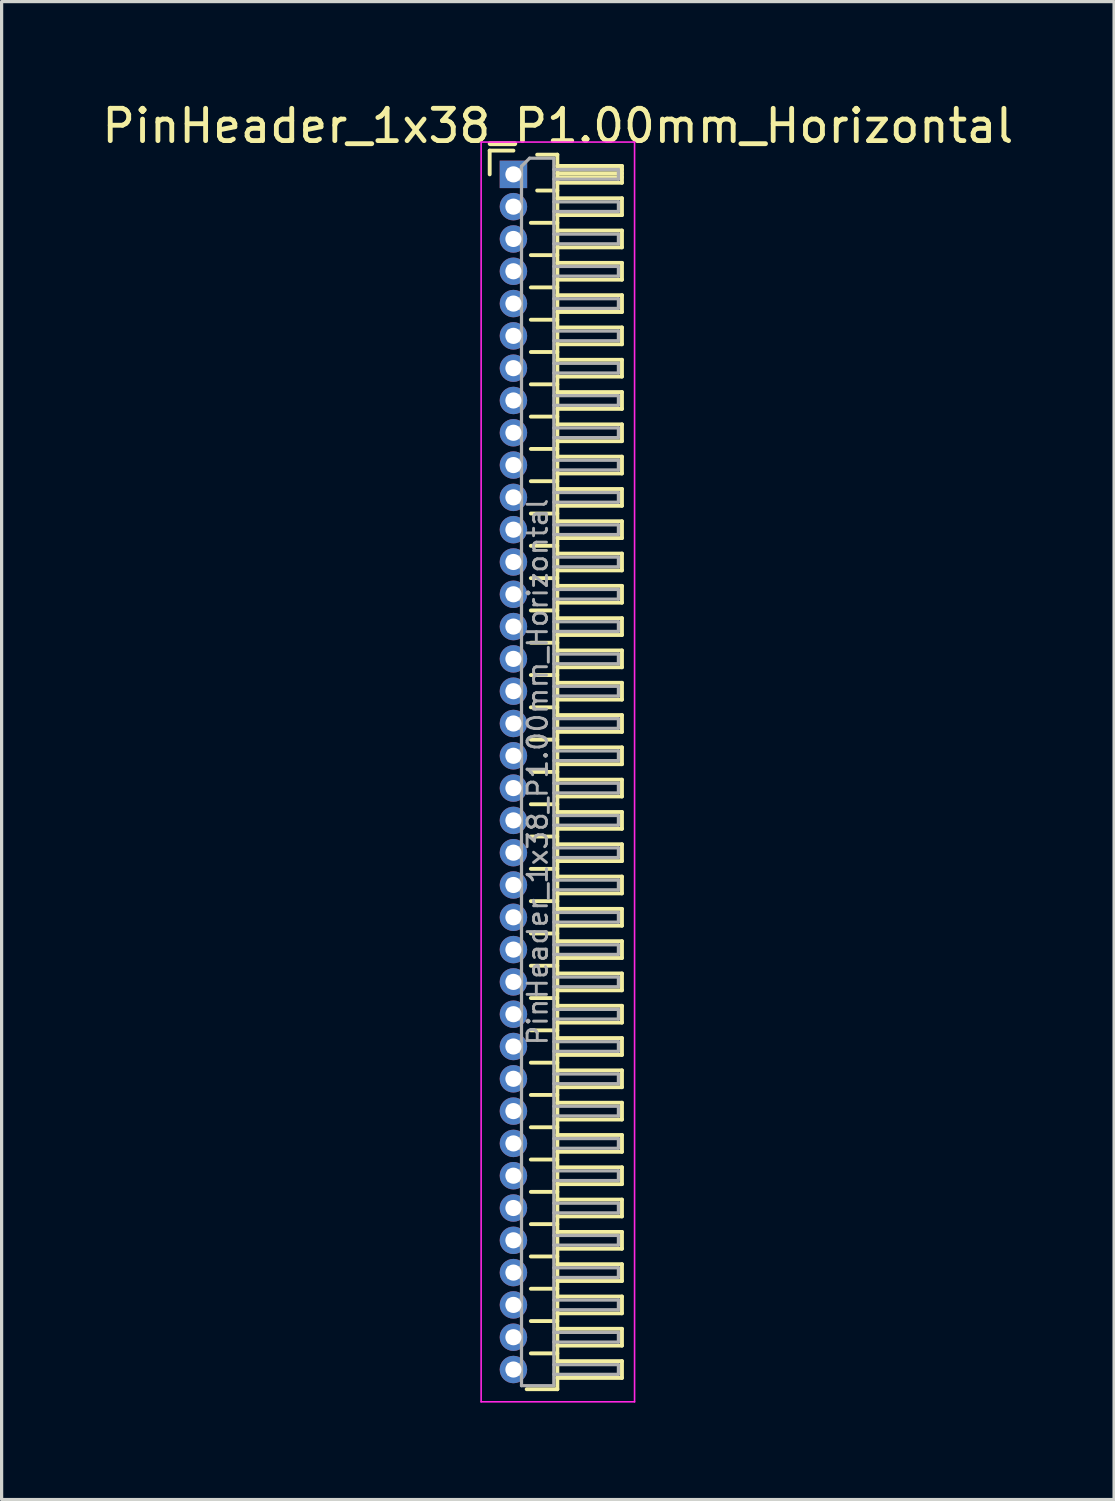
<source format=kicad_pcb>
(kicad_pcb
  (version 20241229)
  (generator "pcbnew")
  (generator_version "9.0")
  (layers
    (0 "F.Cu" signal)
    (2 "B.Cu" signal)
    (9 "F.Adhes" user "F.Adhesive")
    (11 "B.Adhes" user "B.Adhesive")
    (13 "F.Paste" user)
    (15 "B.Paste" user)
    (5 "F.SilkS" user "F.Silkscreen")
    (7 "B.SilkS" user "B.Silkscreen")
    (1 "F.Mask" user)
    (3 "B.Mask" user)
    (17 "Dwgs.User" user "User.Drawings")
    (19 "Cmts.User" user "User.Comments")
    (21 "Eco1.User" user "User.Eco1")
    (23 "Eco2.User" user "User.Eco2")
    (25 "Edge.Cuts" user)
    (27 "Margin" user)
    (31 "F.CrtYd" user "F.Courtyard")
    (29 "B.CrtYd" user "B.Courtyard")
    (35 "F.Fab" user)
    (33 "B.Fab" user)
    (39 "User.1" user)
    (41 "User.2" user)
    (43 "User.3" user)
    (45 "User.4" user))
  (footprint "PinHeader_1x38_P1.00mm_Horizontal"
    (layer "F.Cu")
    (at 12.845 2.348)
    (property "Reference" "PinHeader_1x38_P1.00mm_Horizontal" (at 1.375 -1.5 0) (layer "F.SilkS") (effects (font (size 1 1) (thickness 0.15))))
    (attr through_hole)
    (fp_line (start -0.735 -0.735) (end 0 -0.735) (stroke (width 0.12) (type solid)) (layer "F.SilkS"))
    (fp_line (start -0.735 0) (end -0.735 -0.735) (stroke (width 0.12) (type solid)) (layer "F.SilkS"))
    (fp_line (start 0.539 1.5) (end 1.36 1.5) (stroke (width 0.12) (type solid)) (layer "F.SilkS"))
    (fp_line (start 0.539 2.5) (end 1.36 2.5) (stroke (width 0.12) (type solid)) (layer "F.SilkS"))
    (fp_line (start 0.539 3.5) (end 1.36 3.5) (stroke (width 0.12) (type solid)) (layer "F.SilkS"))
    (fp_line (start 0.539 4.5) (end 1.36 4.5) (stroke (width 0.12) (type solid)) (layer "F.SilkS"))
    (fp_line (start 0.539 5.5) (end 1.36 5.5) (stroke (width 0.12) (type solid)) (layer "F.SilkS"))
    (fp_line (start 0.539 6.5) (end 1.36 6.5) (stroke (width 0.12) (type solid)) (layer "F.SilkS"))
    (fp_line (start 0.539 7.5) (end 1.36 7.5) (stroke (width 0.12) (type solid)) (layer "F.SilkS"))
    (fp_line (start 0.539 8.5) (end 1.36 8.5) (stroke (width 0.12) (type solid)) (layer "F.SilkS"))
    (fp_line (start 0.539 9.5) (end 1.36 9.5) (stroke (width 0.12) (type solid)) (layer "F.SilkS"))
    (fp_line (start 0.539 10.5) (end 1.36 10.5) (stroke (width 0.12) (type solid)) (layer "F.SilkS"))
    (fp_line (start 0.539 11.5) (end 1.36 11.5) (stroke (width 0.12) (type solid)) (layer "F.SilkS"))
    (fp_line (start 0.539 12.5) (end 1.36 12.5) (stroke (width 0.12) (type solid)) (layer "F.SilkS"))
    (fp_line (start 0.539 13.5) (end 1.36 13.5) (stroke (width 0.12) (type solid)) (layer "F.SilkS"))
    (fp_line (start 0.539 14.5) (end 1.36 14.5) (stroke (width 0.12) (type solid)) (layer "F.SilkS"))
    (fp_line (start 0.539 15.5) (end 1.36 15.5) (stroke (width 0.12) (type solid)) (layer "F.SilkS"))
    (fp_line (start 0.539 16.5) (end 1.36 16.5) (stroke (width 0.12) (type solid)) (layer "F.SilkS"))
    (fp_line (start 0.539 17.5) (end 1.36 17.5) (stroke (width 0.12) (type solid)) (layer "F.SilkS"))
    (fp_line (start 0.539 18.5) (end 1.36 18.5) (stroke (width 0.12) (type solid)) (layer "F.SilkS"))
    (fp_line (start 0.539 19.5) (end 1.36 19.5) (stroke (width 0.12) (type solid)) (layer "F.SilkS"))
    (fp_line (start 0.539 20.5) (end 1.36 20.5) (stroke (width 0.12) (type solid)) (layer "F.SilkS"))
    (fp_line (start 0.539 21.5) (end 1.36 21.5) (stroke (width 0.12) (type solid)) (layer "F.SilkS"))
    (fp_line (start 0.539 22.5) (end 1.36 22.5) (stroke (width 0.12) (type solid)) (layer "F.SilkS"))
    (fp_line (start 0.539 23.5) (end 1.36 23.5) (stroke (width 0.12) (type solid)) (layer "F.SilkS"))
    (fp_line (start 0.539 24.5) (end 1.36 24.5) (stroke (width 0.12) (type solid)) (layer "F.SilkS"))
    (fp_line (start 0.539 25.5) (end 1.36 25.5) (stroke (width 0.12) (type solid)) (layer "F.SilkS"))
    (fp_line (start 0.539 26.5) (end 1.36 26.5) (stroke (width 0.12) (type solid)) (layer "F.SilkS"))
    (fp_line (start 0.539 27.5) (end 1.36 27.5) (stroke (width 0.12) (type solid)) (layer "F.SilkS"))
    (fp_line (start 0.539 28.5) (end 1.36 28.5) (stroke (width 0.12) (type solid)) (layer "F.SilkS"))
    (fp_line (start 0.539 29.5) (end 1.36 29.5) (stroke (width 0.12) (type solid)) (layer "F.SilkS"))
    (fp_line (start 0.539 30.5) (end 1.36 30.5) (stroke (width 0.12) (type solid)) (layer "F.SilkS"))
    (fp_line (start 0.539 31.5) (end 1.36 31.5) (stroke (width 0.12) (type solid)) (layer "F.SilkS"))
    (fp_line (start 0.539 32.5) (end 1.36 32.5) (stroke (width 0.12) (type solid)) (layer "F.SilkS"))
    (fp_line (start 0.539 33.5) (end 1.36 33.5) (stroke (width 0.12) (type solid)) (layer "F.SilkS"))
    (fp_line (start 0.539 34.5) (end 1.36 34.5) (stroke (width 0.12) (type solid)) (layer "F.SilkS"))
    (fp_line (start 0.539 35.5) (end 1.36 35.5) (stroke (width 0.12) (type solid)) (layer "F.SilkS"))
    (fp_line (start 0.539 36.5) (end 1.36 36.5) (stroke (width 0.12) (type solid)) (layer "F.SilkS"))
    (fp_line (start 0.735 -0.61) (end 1.36 -0.61) (stroke (width 0.12) (type solid)) (layer "F.SilkS"))
    (fp_line (start 0.735 0.5) (end 1.36 0.5) (stroke (width 0.12) (type solid)) (layer "F.SilkS"))
    (fp_line (start 1.36 -0.61) (end 1.36 37.61) (stroke (width 0.12) (type solid)) (layer "F.SilkS"))
    (fp_line (start 1.36 -0.26) (end 3.36 -0.26) (stroke (width 0.12) (type solid)) (layer "F.SilkS"))
    (fp_line (start 1.36 -0.15) (end 3.36 -0.15) (stroke (width 0.12) (type solid)) (layer "F.SilkS"))
    (fp_line (start 1.36 -0.03) (end 3.36 -0.03) (stroke (width 0.12) (type solid)) (layer "F.SilkS"))
    (fp_line (start 1.36 0.09) (end 3.36 0.09) (stroke (width 0.12) (type solid)) (layer "F.SilkS"))
    (fp_line (start 1.36 0.74) (end 3.36 0.74) (stroke (width 0.12) (type solid)) (layer "F.SilkS"))
    (fp_line (start 1.36 1.74) (end 3.36 1.74) (stroke (width 0.12) (type solid)) (layer "F.SilkS"))
    (fp_line (start 1.36 2.74) (end 3.36 2.74) (stroke (width 0.12) (type solid)) (layer "F.SilkS"))
    (fp_line (start 1.36 3.74) (end 3.36 3.74) (stroke (width 0.12) (type solid)) (layer "F.SilkS"))
    (fp_line (start 1.36 4.74) (end 3.36 4.74) (stroke (width 0.12) (type solid)) (layer "F.SilkS"))
    (fp_line (start 1.36 5.74) (end 3.36 5.74) (stroke (width 0.12) (type solid)) (layer "F.SilkS"))
    (fp_line (start 1.36 6.74) (end 3.36 6.74) (stroke (width 0.12) (type solid)) (layer "F.SilkS"))
    (fp_line (start 1.36 7.74) (end 3.36 7.74) (stroke (width 0.12) (type solid)) (layer "F.SilkS"))
    (fp_line (start 1.36 8.74) (end 3.36 8.74) (stroke (width 0.12) (type solid)) (layer "F.SilkS"))
    (fp_line (start 1.36 9.74) (end 3.36 9.74) (stroke (width 0.12) (type solid)) (layer "F.SilkS"))
    (fp_line (start 1.36 10.74) (end 3.36 10.74) (stroke (width 0.12) (type solid)) (layer "F.SilkS"))
    (fp_line (start 1.36 11.74) (end 3.36 11.74) (stroke (width 0.12) (type solid)) (layer "F.SilkS"))
    (fp_line (start 1.36 12.74) (end 3.36 12.74) (stroke (width 0.12) (type solid)) (layer "F.SilkS"))
    (fp_line (start 1.36 13.74) (end 3.36 13.74) (stroke (width 0.12) (type solid)) (layer "F.SilkS"))
    (fp_line (start 1.36 14.74) (end 3.36 14.74) (stroke (width 0.12) (type solid)) (layer "F.SilkS"))
    (fp_line (start 1.36 15.74) (end 3.36 15.74) (stroke (width 0.12) (type solid)) (layer "F.SilkS"))
    (fp_line (start 1.36 16.74) (end 3.36 16.74) (stroke (width 0.12) (type solid)) (layer "F.SilkS"))
    (fp_line (start 1.36 17.74) (end 3.36 17.74) (stroke (width 0.12) (type solid)) (layer "F.SilkS"))
    (fp_line (start 1.36 18.74) (end 3.36 18.74) (stroke (width 0.12) (type solid)) (layer "F.SilkS"))
    (fp_line (start 1.36 19.74) (end 3.36 19.74) (stroke (width 0.12) (type solid)) (layer "F.SilkS"))
    (fp_line (start 1.36 20.74) (end 3.36 20.74) (stroke (width 0.12) (type solid)) (layer "F.SilkS"))
    (fp_line (start 1.36 21.74) (end 3.36 21.74) (stroke (width 0.12) (type solid)) (layer "F.SilkS"))
    (fp_line (start 1.36 22.74) (end 3.36 22.74) (stroke (width 0.12) (type solid)) (layer "F.SilkS"))
    (fp_line (start 1.36 23.74) (end 3.36 23.74) (stroke (width 0.12) (type solid)) (layer "F.SilkS"))
    (fp_line (start 1.36 24.74) (end 3.36 24.74) (stroke (width 0.12) (type solid)) (layer "F.SilkS"))
    (fp_line (start 1.36 25.74) (end 3.36 25.74) (stroke (width 0.12) (type solid)) (layer "F.SilkS"))
    (fp_line (start 1.36 26.74) (end 3.36 26.74) (stroke (width 0.12) (type solid)) (layer "F.SilkS"))
    (fp_line (start 1.36 27.74) (end 3.36 27.74) (stroke (width 0.12) (type solid)) (layer "F.SilkS"))
    (fp_line (start 1.36 28.74) (end 3.36 28.74) (stroke (width 0.12) (type solid)) (layer "F.SilkS"))
    (fp_line (start 1.36 29.74) (end 3.36 29.74) (stroke (width 0.12) (type solid)) (layer "F.SilkS"))
    (fp_line (start 1.36 30.74) (end 3.36 30.74) (stroke (width 0.12) (type solid)) (layer "F.SilkS"))
    (fp_line (start 1.36 31.74) (end 3.36 31.74) (stroke (width 0.12) (type solid)) (layer "F.SilkS"))
    (fp_line (start 1.36 32.74) (end 3.36 32.74) (stroke (width 0.12) (type solid)) (layer "F.SilkS"))
    (fp_line (start 1.36 33.74) (end 3.36 33.74) (stroke (width 0.12) (type solid)) (layer "F.SilkS"))
    (fp_line (start 1.36 34.74) (end 3.36 34.74) (stroke (width 0.12) (type solid)) (layer "F.SilkS"))
    (fp_line (start 1.36 35.74) (end 3.36 35.74) (stroke (width 0.12) (type solid)) (layer "F.SilkS"))
    (fp_line (start 1.36 36.74) (end 3.36 36.74) (stroke (width 0.12) (type solid)) (layer "F.SilkS"))
    (fp_line (start 1.36 37.61) (end 0.41 37.61) (stroke (width 0.12) (type solid)) (layer "F.SilkS"))
    (fp_line (start 3.36 -0.26) (end 3.36 0.26) (stroke (width 0.12) (type solid)) (layer "F.SilkS"))
    (fp_line (start 3.36 0.26) (end 1.36 0.26) (stroke (width 0.12) (type solid)) (layer "F.SilkS"))
    (fp_line (start 3.36 0.74) (end 3.36 1.26) (stroke (width 0.12) (type solid)) (layer "F.SilkS"))
    (fp_line (start 3.36 1.26) (end 1.36 1.26) (stroke (width 0.12) (type solid)) (layer "F.SilkS"))
    (fp_line (start 3.36 1.74) (end 3.36 2.26) (stroke (width 0.12) (type solid)) (layer "F.SilkS"))
    (fp_line (start 3.36 2.26) (end 1.36 2.26) (stroke (width 0.12) (type solid)) (layer "F.SilkS"))
    (fp_line (start 3.36 2.74) (end 3.36 3.26) (stroke (width 0.12) (type solid)) (layer "F.SilkS"))
    (fp_line (start 3.36 3.26) (end 1.36 3.26) (stroke (width 0.12) (type solid)) (layer "F.SilkS"))
    (fp_line (start 3.36 3.74) (end 3.36 4.26) (stroke (width 0.12) (type solid)) (layer "F.SilkS"))
    (fp_line (start 3.36 4.26) (end 1.36 4.26) (stroke (width 0.12) (type solid)) (layer "F.SilkS"))
    (fp_line (start 3.36 4.74) (end 3.36 5.26) (stroke (width 0.12) (type solid)) (layer "F.SilkS"))
    (fp_line (start 3.36 5.26) (end 1.36 5.26) (stroke (width 0.12) (type solid)) (layer "F.SilkS"))
    (fp_line (start 3.36 5.74) (end 3.36 6.26) (stroke (width 0.12) (type solid)) (layer "F.SilkS"))
    (fp_line (start 3.36 6.26) (end 1.36 6.26) (stroke (width 0.12) (type solid)) (layer "F.SilkS"))
    (fp_line (start 3.36 6.74) (end 3.36 7.26) (stroke (width 0.12) (type solid)) (layer "F.SilkS"))
    (fp_line (start 3.36 7.26) (end 1.36 7.26) (stroke (width 0.12) (type solid)) (layer "F.SilkS"))
    (fp_line (start 3.36 7.74) (end 3.36 8.26) (stroke (width 0.12) (type solid)) (layer "F.SilkS"))
    (fp_line (start 3.36 8.26) (end 1.36 8.26) (stroke (width 0.12) (type solid)) (layer "F.SilkS"))
    (fp_line (start 3.36 8.74) (end 3.36 9.26) (stroke (width 0.12) (type solid)) (layer "F.SilkS"))
    (fp_line (start 3.36 9.26) (end 1.36 9.26) (stroke (width 0.12) (type solid)) (layer "F.SilkS"))
    (fp_line (start 3.36 9.74) (end 3.36 10.26) (stroke (width 0.12) (type solid)) (layer "F.SilkS"))
    (fp_line (start 3.36 10.26) (end 1.36 10.26) (stroke (width 0.12) (type solid)) (layer "F.SilkS"))
    (fp_line (start 3.36 10.74) (end 3.36 11.26) (stroke (width 0.12) (type solid)) (layer "F.SilkS"))
    (fp_line (start 3.36 11.26) (end 1.36 11.26) (stroke (width 0.12) (type solid)) (layer "F.SilkS"))
    (fp_line (start 3.36 11.74) (end 3.36 12.26) (stroke (width 0.12) (type solid)) (layer "F.SilkS"))
    (fp_line (start 3.36 12.26) (end 1.36 12.26) (stroke (width 0.12) (type solid)) (layer "F.SilkS"))
    (fp_line (start 3.36 12.74) (end 3.36 13.26) (stroke (width 0.12) (type solid)) (layer "F.SilkS"))
    (fp_line (start 3.36 13.26) (end 1.36 13.26) (stroke (width 0.12) (type solid)) (layer "F.SilkS"))
    (fp_line (start 3.36 13.74) (end 3.36 14.26) (stroke (width 0.12) (type solid)) (layer "F.SilkS"))
    (fp_line (start 3.36 14.26) (end 1.36 14.26) (stroke (width 0.12) (type solid)) (layer "F.SilkS"))
    (fp_line (start 3.36 14.74) (end 3.36 15.26) (stroke (width 0.12) (type solid)) (layer "F.SilkS"))
    (fp_line (start 3.36 15.26) (end 1.36 15.26) (stroke (width 0.12) (type solid)) (layer "F.SilkS"))
    (fp_line (start 3.36 15.74) (end 3.36 16.26) (stroke (width 0.12) (type solid)) (layer "F.SilkS"))
    (fp_line (start 3.36 16.26) (end 1.36 16.26) (stroke (width 0.12) (type solid)) (layer "F.SilkS"))
    (fp_line (start 3.36 16.74) (end 3.36 17.26) (stroke (width 0.12) (type solid)) (layer "F.SilkS"))
    (fp_line (start 3.36 17.26) (end 1.36 17.26) (stroke (width 0.12) (type solid)) (layer "F.SilkS"))
    (fp_line (start 3.36 17.74) (end 3.36 18.26) (stroke (width 0.12) (type solid)) (layer "F.SilkS"))
    (fp_line (start 3.36 18.26) (end 1.36 18.26) (stroke (width 0.12) (type solid)) (layer "F.SilkS"))
    (fp_line (start 3.36 18.74) (end 3.36 19.26) (stroke (width 0.12) (type solid)) (layer "F.SilkS"))
    (fp_line (start 3.36 19.26) (end 1.36 19.26) (stroke (width 0.12) (type solid)) (layer "F.SilkS"))
    (fp_line (start 3.36 19.74) (end 3.36 20.26) (stroke (width 0.12) (type solid)) (layer "F.SilkS"))
    (fp_line (start 3.36 20.26) (end 1.36 20.26) (stroke (width 0.12) (type solid)) (layer "F.SilkS"))
    (fp_line (start 3.36 20.74) (end 3.36 21.26) (stroke (width 0.12) (type solid)) (layer "F.SilkS"))
    (fp_line (start 3.36 21.26) (end 1.36 21.26) (stroke (width 0.12) (type solid)) (layer "F.SilkS"))
    (fp_line (start 3.36 21.74) (end 3.36 22.26) (stroke (width 0.12) (type solid)) (layer "F.SilkS"))
    (fp_line (start 3.36 22.26) (end 1.36 22.26) (stroke (width 0.12) (type solid)) (layer "F.SilkS"))
    (fp_line (start 3.36 22.74) (end 3.36 23.26) (stroke (width 0.12) (type solid)) (layer "F.SilkS"))
    (fp_line (start 3.36 23.26) (end 1.36 23.26) (stroke (width 0.12) (type solid)) (layer "F.SilkS"))
    (fp_line (start 3.36 23.74) (end 3.36 24.26) (stroke (width 0.12) (type solid)) (layer "F.SilkS"))
    (fp_line (start 3.36 24.26) (end 1.36 24.26) (stroke (width 0.12) (type solid)) (layer "F.SilkS"))
    (fp_line (start 3.36 24.74) (end 3.36 25.26) (stroke (width 0.12) (type solid)) (layer "F.SilkS"))
    (fp_line (start 3.36 25.26) (end 1.36 25.26) (stroke (width 0.12) (type solid)) (layer "F.SilkS"))
    (fp_line (start 3.36 25.74) (end 3.36 26.26) (stroke (width 0.12) (type solid)) (layer "F.SilkS"))
    (fp_line (start 3.36 26.26) (end 1.36 26.26) (stroke (width 0.12) (type solid)) (layer "F.SilkS"))
    (fp_line (start 3.36 26.74) (end 3.36 27.26) (stroke (width 0.12) (type solid)) (layer "F.SilkS"))
    (fp_line (start 3.36 27.26) (end 1.36 27.26) (stroke (width 0.12) (type solid)) (layer "F.SilkS"))
    (fp_line (start 3.36 27.74) (end 3.36 28.26) (stroke (width 0.12) (type solid)) (layer "F.SilkS"))
    (fp_line (start 3.36 28.26) (end 1.36 28.26) (stroke (width 0.12) (type solid)) (layer "F.SilkS"))
    (fp_line (start 3.36 28.74) (end 3.36 29.26) (stroke (width 0.12) (type solid)) (layer "F.SilkS"))
    (fp_line (start 3.36 29.26) (end 1.36 29.26) (stroke (width 0.12) (type solid)) (layer "F.SilkS"))
    (fp_line (start 3.36 29.74) (end 3.36 30.26) (stroke (width 0.12) (type solid)) (layer "F.SilkS"))
    (fp_line (start 3.36 30.26) (end 1.36 30.26) (stroke (width 0.12) (type solid)) (layer "F.SilkS"))
    (fp_line (start 3.36 30.74) (end 3.36 31.26) (stroke (width 0.12) (type solid)) (layer "F.SilkS"))
    (fp_line (start 3.36 31.26) (end 1.36 31.26) (stroke (width 0.12) (type solid)) (layer "F.SilkS"))
    (fp_line (start 3.36 31.74) (end 3.36 32.26) (stroke (width 0.12) (type solid)) (layer "F.SilkS"))
    (fp_line (start 3.36 32.26) (end 1.36 32.26) (stroke (width 0.12) (type solid)) (layer "F.SilkS"))
    (fp_line (start 3.36 32.74) (end 3.36 33.26) (stroke (width 0.12) (type solid)) (layer "F.SilkS"))
    (fp_line (start 3.36 33.26) (end 1.36 33.26) (stroke (width 0.12) (type solid)) (layer "F.SilkS"))
    (fp_line (start 3.36 33.74) (end 3.36 34.26) (stroke (width 0.12) (type solid)) (layer "F.SilkS"))
    (fp_line (start 3.36 34.26) (end 1.36 34.26) (stroke (width 0.12) (type solid)) (layer "F.SilkS"))
    (fp_line (start 3.36 34.74) (end 3.36 35.26) (stroke (width 0.12) (type solid)) (layer "F.SilkS"))
    (fp_line (start 3.36 35.26) (end 1.36 35.26) (stroke (width 0.12) (type solid)) (layer "F.SilkS"))
    (fp_line (start 3.36 35.74) (end 3.36 36.26) (stroke (width 0.12) (type solid)) (layer "F.SilkS"))
    (fp_line (start 3.36 36.26) (end 1.36 36.26) (stroke (width 0.12) (type solid)) (layer "F.SilkS"))
    (fp_line (start 3.36 36.74) (end 3.36 37.26) (stroke (width 0.12) (type solid)) (layer "F.SilkS"))
    (fp_line (start 3.36 37.26) (end 1.36 37.26) (stroke (width 0.12) (type solid)) (layer "F.SilkS"))
    (fp_line (start -1 -1) (end -1 38) (stroke (width 0.05) (type solid)) (layer "F.CrtYd"))
    (fp_line (start -1 38) (end 3.75 38) (stroke (width 0.05) (type solid)) (layer "F.CrtYd"))
    (fp_line (start 3.75 -1) (end -1 -1) (stroke (width 0.05) (type solid)) (layer "F.CrtYd"))
    (fp_line (start 3.75 38) (end 3.75 -1) (stroke (width 0.05) (type solid)) (layer "F.CrtYd"))
    (fp_line (start -0.15 -0.15) (end -0.15 0.15) (stroke (width 0.1) (type solid)) (layer "F.Fab"))
    (fp_line (start -0.15 -0.15) (end 0.25 -0.15) (stroke (width 0.1) (type solid)) (layer "F.Fab"))
    (fp_line (start -0.15 0.15) (end 0.25 0.15) (stroke (width 0.1) (type solid)) (layer "F.Fab"))
    (fp_line (start -0.15 0.85) (end -0.15 1.15) (stroke (width 0.1) (type solid)) (layer "F.Fab"))
    (fp_line (start -0.15 0.85) (end 0.25 0.85) (stroke (width 0.1) (type solid)) (layer "F.Fab"))
    (fp_line (start -0.15 1.15) (end 0.25 1.15) (stroke (width 0.1) (type solid)) (layer "F.Fab"))
    (fp_line (start -0.15 1.85) (end -0.15 2.15) (stroke (width 0.1) (type solid)) (layer "F.Fab"))
    (fp_line (start -0.15 1.85) (end 0.25 1.85) (stroke (width 0.1) (type solid)) (layer "F.Fab"))
    (fp_line (start -0.15 2.15) (end 0.25 2.15) (stroke (width 0.1) (type solid)) (layer "F.Fab"))
    (fp_line (start -0.15 2.85) (end -0.15 3.15) (stroke (width 0.1) (type solid)) (layer "F.Fab"))
    (fp_line (start -0.15 2.85) (end 0.25 2.85) (stroke (width 0.1) (type solid)) (layer "F.Fab"))
    (fp_line (start -0.15 3.15) (end 0.25 3.15) (stroke (width 0.1) (type solid)) (layer "F.Fab"))
    (fp_line (start -0.15 3.85) (end -0.15 4.15) (stroke (width 0.1) (type solid)) (layer "F.Fab"))
    (fp_line (start -0.15 3.85) (end 0.25 3.85) (stroke (width 0.1) (type solid)) (layer "F.Fab"))
    (fp_line (start -0.15 4.15) (end 0.25 4.15) (stroke (width 0.1) (type solid)) (layer "F.Fab"))
    (fp_line (start -0.15 4.85) (end -0.15 5.15) (stroke (width 0.1) (type solid)) (layer "F.Fab"))
    (fp_line (start -0.15 4.85) (end 0.25 4.85) (stroke (width 0.1) (type solid)) (layer "F.Fab"))
    (fp_line (start -0.15 5.15) (end 0.25 5.15) (stroke (width 0.1) (type solid)) (layer "F.Fab"))
    (fp_line (start -0.15 5.85) (end -0.15 6.15) (stroke (width 0.1) (type solid)) (layer "F.Fab"))
    (fp_line (start -0.15 5.85) (end 0.25 5.85) (stroke (width 0.1) (type solid)) (layer "F.Fab"))
    (fp_line (start -0.15 6.15) (end 0.25 6.15) (stroke (width 0.1) (type solid)) (layer "F.Fab"))
    (fp_line (start -0.15 6.85) (end -0.15 7.15) (stroke (width 0.1) (type solid)) (layer "F.Fab"))
    (fp_line (start -0.15 6.85) (end 0.25 6.85) (stroke (width 0.1) (type solid)) (layer "F.Fab"))
    (fp_line (start -0.15 7.15) (end 0.25 7.15) (stroke (width 0.1) (type solid)) (layer "F.Fab"))
    (fp_line (start -0.15 7.85) (end -0.15 8.15) (stroke (width 0.1) (type solid)) (layer "F.Fab"))
    (fp_line (start -0.15 7.85) (end 0.25 7.85) (stroke (width 0.1) (type solid)) (layer "F.Fab"))
    (fp_line (start -0.15 8.15) (end 0.25 8.15) (stroke (width 0.1) (type solid)) (layer "F.Fab"))
    (fp_line (start -0.15 8.85) (end -0.15 9.15) (stroke (width 0.1) (type solid)) (layer "F.Fab"))
    (fp_line (start -0.15 8.85) (end 0.25 8.85) (stroke (width 0.1) (type solid)) (layer "F.Fab"))
    (fp_line (start -0.15 9.15) (end 0.25 9.15) (stroke (width 0.1) (type solid)) (layer "F.Fab"))
    (fp_line (start -0.15 9.85) (end -0.15 10.15) (stroke (width 0.1) (type solid)) (layer "F.Fab"))
    (fp_line (start -0.15 9.85) (end 0.25 9.85) (stroke (width 0.1) (type solid)) (layer "F.Fab"))
    (fp_line (start -0.15 10.15) (end 0.25 10.15) (stroke (width 0.1) (type solid)) (layer "F.Fab"))
    (fp_line (start -0.15 10.85) (end -0.15 11.15) (stroke (width 0.1) (type solid)) (layer "F.Fab"))
    (fp_line (start -0.15 10.85) (end 0.25 10.85) (stroke (width 0.1) (type solid)) (layer "F.Fab"))
    (fp_line (start -0.15 11.15) (end 0.25 11.15) (stroke (width 0.1) (type solid)) (layer "F.Fab"))
    (fp_line (start -0.15 11.85) (end -0.15 12.15) (stroke (width 0.1) (type solid)) (layer "F.Fab"))
    (fp_line (start -0.15 11.85) (end 0.25 11.85) (stroke (width 0.1) (type solid)) (layer "F.Fab"))
    (fp_line (start -0.15 12.15) (end 0.25 12.15) (stroke (width 0.1) (type solid)) (layer "F.Fab"))
    (fp_line (start -0.15 12.85) (end -0.15 13.15) (stroke (width 0.1) (type solid)) (layer "F.Fab"))
    (fp_line (start -0.15 12.85) (end 0.25 12.85) (stroke (width 0.1) (type solid)) (layer "F.Fab"))
    (fp_line (start -0.15 13.15) (end 0.25 13.15) (stroke (width 0.1) (type solid)) (layer "F.Fab"))
    (fp_line (start -0.15 13.85) (end -0.15 14.15) (stroke (width 0.1) (type solid)) (layer "F.Fab"))
    (fp_line (start -0.15 13.85) (end 0.25 13.85) (stroke (width 0.1) (type solid)) (layer "F.Fab"))
    (fp_line (start -0.15 14.15) (end 0.25 14.15) (stroke (width 0.1) (type solid)) (layer "F.Fab"))
    (fp_line (start -0.15 14.85) (end -0.15 15.15) (stroke (width 0.1) (type solid)) (layer "F.Fab"))
    (fp_line (start -0.15 14.85) (end 0.25 14.85) (stroke (width 0.1) (type solid)) (layer "F.Fab"))
    (fp_line (start -0.15 15.15) (end 0.25 15.15) (stroke (width 0.1) (type solid)) (layer "F.Fab"))
    (fp_line (start -0.15 15.85) (end -0.15 16.15) (stroke (width 0.1) (type solid)) (layer "F.Fab"))
    (fp_line (start -0.15 15.85) (end 0.25 15.85) (stroke (width 0.1) (type solid)) (layer "F.Fab"))
    (fp_line (start -0.15 16.15) (end 0.25 16.15) (stroke (width 0.1) (type solid)) (layer "F.Fab"))
    (fp_line (start -0.15 16.85) (end -0.15 17.15) (stroke (width 0.1) (type solid)) (layer "F.Fab"))
    (fp_line (start -0.15 16.85) (end 0.25 16.85) (stroke (width 0.1) (type solid)) (layer "F.Fab"))
    (fp_line (start -0.15 17.15) (end 0.25 17.15) (stroke (width 0.1) (type solid)) (layer "F.Fab"))
    (fp_line (start -0.15 17.85) (end -0.15 18.15) (stroke (width 0.1) (type solid)) (layer "F.Fab"))
    (fp_line (start -0.15 17.85) (end 0.25 17.85) (stroke (width 0.1) (type solid)) (layer "F.Fab"))
    (fp_line (start -0.15 18.15) (end 0.25 18.15) (stroke (width 0.1) (type solid)) (layer "F.Fab"))
    (fp_line (start -0.15 18.85) (end -0.15 19.15) (stroke (width 0.1) (type solid)) (layer "F.Fab"))
    (fp_line (start -0.15 18.85) (end 0.25 18.85) (stroke (width 0.1) (type solid)) (layer "F.Fab"))
    (fp_line (start -0.15 19.15) (end 0.25 19.15) (stroke (width 0.1) (type solid)) (layer "F.Fab"))
    (fp_line (start -0.15 19.85) (end -0.15 20.15) (stroke (width 0.1) (type solid)) (layer "F.Fab"))
    (fp_line (start -0.15 19.85) (end 0.25 19.85) (stroke (width 0.1) (type solid)) (layer "F.Fab"))
    (fp_line (start -0.15 20.15) (end 0.25 20.15) (stroke (width 0.1) (type solid)) (layer "F.Fab"))
    (fp_line (start -0.15 20.85) (end -0.15 21.15) (stroke (width 0.1) (type solid)) (layer "F.Fab"))
    (fp_line (start -0.15 20.85) (end 0.25 20.85) (stroke (width 0.1) (type solid)) (layer "F.Fab"))
    (fp_line (start -0.15 21.15) (end 0.25 21.15) (stroke (width 0.1) (type solid)) (layer "F.Fab"))
    (fp_line (start -0.15 21.85) (end -0.15 22.15) (stroke (width 0.1) (type solid)) (layer "F.Fab"))
    (fp_line (start -0.15 21.85) (end 0.25 21.85) (stroke (width 0.1) (type solid)) (layer "F.Fab"))
    (fp_line (start -0.15 22.15) (end 0.25 22.15) (stroke (width 0.1) (type solid)) (layer "F.Fab"))
    (fp_line (start -0.15 22.85) (end -0.15 23.15) (stroke (width 0.1) (type solid)) (layer "F.Fab"))
    (fp_line (start -0.15 22.85) (end 0.25 22.85) (stroke (width 0.1) (type solid)) (layer "F.Fab"))
    (fp_line (start -0.15 23.15) (end 0.25 23.15) (stroke (width 0.1) (type solid)) (layer "F.Fab"))
    (fp_line (start -0.15 23.85) (end -0.15 24.15) (stroke (width 0.1) (type solid)) (layer "F.Fab"))
    (fp_line (start -0.15 23.85) (end 0.25 23.85) (stroke (width 0.1) (type solid)) (layer "F.Fab"))
    (fp_line (start -0.15 24.15) (end 0.25 24.15) (stroke (width 0.1) (type solid)) (layer "F.Fab"))
    (fp_line (start -0.15 24.85) (end -0.15 25.15) (stroke (width 0.1) (type solid)) (layer "F.Fab"))
    (fp_line (start -0.15 24.85) (end 0.25 24.85) (stroke (width 0.1) (type solid)) (layer "F.Fab"))
    (fp_line (start -0.15 25.15) (end 0.25 25.15) (stroke (width 0.1) (type solid)) (layer "F.Fab"))
    (fp_line (start -0.15 25.85) (end -0.15 26.15) (stroke (width 0.1) (type solid)) (layer "F.Fab"))
    (fp_line (start -0.15 25.85) (end 0.25 25.85) (stroke (width 0.1) (type solid)) (layer "F.Fab"))
    (fp_line (start -0.15 26.15) (end 0.25 26.15) (stroke (width 0.1) (type solid)) (layer "F.Fab"))
    (fp_line (start -0.15 26.85) (end -0.15 27.15) (stroke (width 0.1) (type solid)) (layer "F.Fab"))
    (fp_line (start -0.15 26.85) (end 0.25 26.85) (stroke (width 0.1) (type solid)) (layer "F.Fab"))
    (fp_line (start -0.15 27.15) (end 0.25 27.15) (stroke (width 0.1) (type solid)) (layer "F.Fab"))
    (fp_line (start -0.15 27.85) (end -0.15 28.15) (stroke (width 0.1) (type solid)) (layer "F.Fab"))
    (fp_line (start -0.15 27.85) (end 0.25 27.85) (stroke (width 0.1) (type solid)) (layer "F.Fab"))
    (fp_line (start -0.15 28.15) (end 0.25 28.15) (stroke (width 0.1) (type solid)) (layer "F.Fab"))
    (fp_line (start -0.15 28.85) (end -0.15 29.15) (stroke (width 0.1) (type solid)) (layer "F.Fab"))
    (fp_line (start -0.15 28.85) (end 0.25 28.85) (stroke (width 0.1) (type solid)) (layer "F.Fab"))
    (fp_line (start -0.15 29.15) (end 0.25 29.15) (stroke (width 0.1) (type solid)) (layer "F.Fab"))
    (fp_line (start -0.15 29.85) (end -0.15 30.15) (stroke (width 0.1) (type solid)) (layer "F.Fab"))
    (fp_line (start -0.15 29.85) (end 0.25 29.85) (stroke (width 0.1) (type solid)) (layer "F.Fab"))
    (fp_line (start -0.15 30.15) (end 0.25 30.15) (stroke (width 0.1) (type solid)) (layer "F.Fab"))
    (fp_line (start -0.15 30.85) (end -0.15 31.15) (stroke (width 0.1) (type solid)) (layer "F.Fab"))
    (fp_line (start -0.15 30.85) (end 0.25 30.85) (stroke (width 0.1) (type solid)) (layer "F.Fab"))
    (fp_line (start -0.15 31.15) (end 0.25 31.15) (stroke (width 0.1) (type solid)) (layer "F.Fab"))
    (fp_line (start -0.15 31.85) (end -0.15 32.15) (stroke (width 0.1) (type solid)) (layer "F.Fab"))
    (fp_line (start -0.15 31.85) (end 0.25 31.85) (stroke (width 0.1) (type solid)) (layer "F.Fab"))
    (fp_line (start -0.15 32.15) (end 0.25 32.15) (stroke (width 0.1) (type solid)) (layer "F.Fab"))
    (fp_line (start -0.15 32.85) (end -0.15 33.15) (stroke (width 0.1) (type solid)) (layer "F.Fab"))
    (fp_line (start -0.15 32.85) (end 0.25 32.85) (stroke (width 0.1) (type solid)) (layer "F.Fab"))
    (fp_line (start -0.15 33.15) (end 0.25 33.15) (stroke (width 0.1) (type solid)) (layer "F.Fab"))
    (fp_line (start -0.15 33.85) (end -0.15 34.15) (stroke (width 0.1) (type solid)) (layer "F.Fab"))
    (fp_line (start -0.15 33.85) (end 0.25 33.85) (stroke (width 0.1) (type solid)) (layer "F.Fab"))
    (fp_line (start -0.15 34.15) (end 0.25 34.15) (stroke (width 0.1) (type solid)) (layer "F.Fab"))
    (fp_line (start -0.15 34.85) (end -0.15 35.15) (stroke (width 0.1) (type solid)) (layer "F.Fab"))
    (fp_line (start -0.15 34.85) (end 0.25 34.85) (stroke (width 0.1) (type solid)) (layer "F.Fab"))
    (fp_line (start -0.15 35.15) (end 0.25 35.15) (stroke (width 0.1) (type solid)) (layer "F.Fab"))
    (fp_line (start -0.15 35.85) (end -0.15 36.15) (stroke (width 0.1) (type solid)) (layer "F.Fab"))
    (fp_line (start -0.15 35.85) (end 0.25 35.85) (stroke (width 0.1) (type solid)) (layer "F.Fab"))
    (fp_line (start -0.15 36.15) (end 0.25 36.15) (stroke (width 0.1) (type solid)) (layer "F.Fab"))
    (fp_line (start -0.15 36.85) (end -0.15 37.15) (stroke (width 0.1) (type solid)) (layer "F.Fab"))
    (fp_line (start -0.15 36.85) (end 0.25 36.85) (stroke (width 0.1) (type solid)) (layer "F.Fab"))
    (fp_line (start -0.15 37.15) (end 0.25 37.15) (stroke (width 0.1) (type solid)) (layer "F.Fab"))
    (fp_line (start 0.25 -0.25) (end 0.5 -0.5) (stroke (width 0.1) (type solid)) (layer "F.Fab"))
    (fp_line (start 0.25 37.5) (end 0.25 -0.25) (stroke (width 0.1) (type solid)) (layer "F.Fab"))
    (fp_line (start 0.5 -0.5) (end 1.25 -0.5) (stroke (width 0.1) (type solid)) (layer "F.Fab"))
    (fp_line (start 1.25 -0.5) (end 1.25 37.5) (stroke (width 0.1) (type solid)) (layer "F.Fab"))
    (fp_line (start 1.25 -0.15) (end 3.25 -0.15) (stroke (width 0.1) (type solid)) (layer "F.Fab"))
    (fp_line (start 1.25 0.15) (end 3.25 0.15) (stroke (width 0.1) (type solid)) (layer "F.Fab"))
    (fp_line (start 1.25 0.85) (end 3.25 0.85) (stroke (width 0.1) (type solid)) (layer "F.Fab"))
    (fp_line (start 1.25 1.15) (end 3.25 1.15) (stroke (width 0.1) (type solid)) (layer "F.Fab"))
    (fp_line (start 1.25 1.85) (end 3.25 1.85) (stroke (width 0.1) (type solid)) (layer "F.Fab"))
    (fp_line (start 1.25 2.15) (end 3.25 2.15) (stroke (width 0.1) (type solid)) (layer "F.Fab"))
    (fp_line (start 1.25 2.85) (end 3.25 2.85) (stroke (width 0.1) (type solid)) (layer "F.Fab"))
    (fp_line (start 1.25 3.15) (end 3.25 3.15) (stroke (width 0.1) (type solid)) (layer "F.Fab"))
    (fp_line (start 1.25 3.85) (end 3.25 3.85) (stroke (width 0.1) (type solid)) (layer "F.Fab"))
    (fp_line (start 1.25 4.15) (end 3.25 4.15) (stroke (width 0.1) (type solid)) (layer "F.Fab"))
    (fp_line (start 1.25 4.85) (end 3.25 4.85) (stroke (width 0.1) (type solid)) (layer "F.Fab"))
    (fp_line (start 1.25 5.15) (end 3.25 5.15) (stroke (width 0.1) (type solid)) (layer "F.Fab"))
    (fp_line (start 1.25 5.85) (end 3.25 5.85) (stroke (width 0.1) (type solid)) (layer "F.Fab"))
    (fp_line (start 1.25 6.15) (end 3.25 6.15) (stroke (width 0.1) (type solid)) (layer "F.Fab"))
    (fp_line (start 1.25 6.85) (end 3.25 6.85) (stroke (width 0.1) (type solid)) (layer "F.Fab"))
    (fp_line (start 1.25 7.15) (end 3.25 7.15) (stroke (width 0.1) (type solid)) (layer "F.Fab"))
    (fp_line (start 1.25 7.85) (end 3.25 7.85) (stroke (width 0.1) (type solid)) (layer "F.Fab"))
    (fp_line (start 1.25 8.15) (end 3.25 8.15) (stroke (width 0.1) (type solid)) (layer "F.Fab"))
    (fp_line (start 1.25 8.85) (end 3.25 8.85) (stroke (width 0.1) (type solid)) (layer "F.Fab"))
    (fp_line (start 1.25 9.15) (end 3.25 9.15) (stroke (width 0.1) (type solid)) (layer "F.Fab"))
    (fp_line (start 1.25 9.85) (end 3.25 9.85) (stroke (width 0.1) (type solid)) (layer "F.Fab"))
    (fp_line (start 1.25 10.15) (end 3.25 10.15) (stroke (width 0.1) (type solid)) (layer "F.Fab"))
    (fp_line (start 1.25 10.85) (end 3.25 10.85) (stroke (width 0.1) (type solid)) (layer "F.Fab"))
    (fp_line (start 1.25 11.15) (end 3.25 11.15) (stroke (width 0.1) (type solid)) (layer "F.Fab"))
    (fp_line (start 1.25 11.85) (end 3.25 11.85) (stroke (width 0.1) (type solid)) (layer "F.Fab"))
    (fp_line (start 1.25 12.15) (end 3.25 12.15) (stroke (width 0.1) (type solid)) (layer "F.Fab"))
    (fp_line (start 1.25 12.85) (end 3.25 12.85) (stroke (width 0.1) (type solid)) (layer "F.Fab"))
    (fp_line (start 1.25 13.15) (end 3.25 13.15) (stroke (width 0.1) (type solid)) (layer "F.Fab"))
    (fp_line (start 1.25 13.85) (end 3.25 13.85) (stroke (width 0.1) (type solid)) (layer "F.Fab"))
    (fp_line (start 1.25 14.15) (end 3.25 14.15) (stroke (width 0.1) (type solid)) (layer "F.Fab"))
    (fp_line (start 1.25 14.85) (end 3.25 14.85) (stroke (width 0.1) (type solid)) (layer "F.Fab"))
    (fp_line (start 1.25 15.15) (end 3.25 15.15) (stroke (width 0.1) (type solid)) (layer "F.Fab"))
    (fp_line (start 1.25 15.85) (end 3.25 15.85) (stroke (width 0.1) (type solid)) (layer "F.Fab"))
    (fp_line (start 1.25 16.15) (end 3.25 16.15) (stroke (width 0.1) (type solid)) (layer "F.Fab"))
    (fp_line (start 1.25 16.85) (end 3.25 16.85) (stroke (width 0.1) (type solid)) (layer "F.Fab"))
    (fp_line (start 1.25 17.15) (end 3.25 17.15) (stroke (width 0.1) (type solid)) (layer "F.Fab"))
    (fp_line (start 1.25 17.85) (end 3.25 17.85) (stroke (width 0.1) (type solid)) (layer "F.Fab"))
    (fp_line (start 1.25 18.15) (end 3.25 18.15) (stroke (width 0.1) (type solid)) (layer "F.Fab"))
    (fp_line (start 1.25 18.85) (end 3.25 18.85) (stroke (width 0.1) (type solid)) (layer "F.Fab"))
    (fp_line (start 1.25 19.15) (end 3.25 19.15) (stroke (width 0.1) (type solid)) (layer "F.Fab"))
    (fp_line (start 1.25 19.85) (end 3.25 19.85) (stroke (width 0.1) (type solid)) (layer "F.Fab"))
    (fp_line (start 1.25 20.15) (end 3.25 20.15) (stroke (width 0.1) (type solid)) (layer "F.Fab"))
    (fp_line (start 1.25 20.85) (end 3.25 20.85) (stroke (width 0.1) (type solid)) (layer "F.Fab"))
    (fp_line (start 1.25 21.15) (end 3.25 21.15) (stroke (width 0.1) (type solid)) (layer "F.Fab"))
    (fp_line (start 1.25 21.85) (end 3.25 21.85) (stroke (width 0.1) (type solid)) (layer "F.Fab"))
    (fp_line (start 1.25 22.15) (end 3.25 22.15) (stroke (width 0.1) (type solid)) (layer "F.Fab"))
    (fp_line (start 1.25 22.85) (end 3.25 22.85) (stroke (width 0.1) (type solid)) (layer "F.Fab"))
    (fp_line (start 1.25 23.15) (end 3.25 23.15) (stroke (width 0.1) (type solid)) (layer "F.Fab"))
    (fp_line (start 1.25 23.85) (end 3.25 23.85) (stroke (width 0.1) (type solid)) (layer "F.Fab"))
    (fp_line (start 1.25 24.15) (end 3.25 24.15) (stroke (width 0.1) (type solid)) (layer "F.Fab"))
    (fp_line (start 1.25 24.85) (end 3.25 24.85) (stroke (width 0.1) (type solid)) (layer "F.Fab"))
    (fp_line (start 1.25 25.15) (end 3.25 25.15) (stroke (width 0.1) (type solid)) (layer "F.Fab"))
    (fp_line (start 1.25 25.85) (end 3.25 25.85) (stroke (width 0.1) (type solid)) (layer "F.Fab"))
    (fp_line (start 1.25 26.15) (end 3.25 26.15) (stroke (width 0.1) (type solid)) (layer "F.Fab"))
    (fp_line (start 1.25 26.85) (end 3.25 26.85) (stroke (width 0.1) (type solid)) (layer "F.Fab"))
    (fp_line (start 1.25 27.15) (end 3.25 27.15) (stroke (width 0.1) (type solid)) (layer "F.Fab"))
    (fp_line (start 1.25 27.85) (end 3.25 27.85) (stroke (width 0.1) (type solid)) (layer "F.Fab"))
    (fp_line (start 1.25 28.15) (end 3.25 28.15) (stroke (width 0.1) (type solid)) (layer "F.Fab"))
    (fp_line (start 1.25 28.85) (end 3.25 28.85) (stroke (width 0.1) (type solid)) (layer "F.Fab"))
    (fp_line (start 1.25 29.15) (end 3.25 29.15) (stroke (width 0.1) (type solid)) (layer "F.Fab"))
    (fp_line (start 1.25 29.85) (end 3.25 29.85) (stroke (width 0.1) (type solid)) (layer "F.Fab"))
    (fp_line (start 1.25 30.15) (end 3.25 30.15) (stroke (width 0.1) (type solid)) (layer "F.Fab"))
    (fp_line (start 1.25 30.85) (end 3.25 30.85) (stroke (width 0.1) (type solid)) (layer "F.Fab"))
    (fp_line (start 1.25 31.15) (end 3.25 31.15) (stroke (width 0.1) (type solid)) (layer "F.Fab"))
    (fp_line (start 1.25 31.85) (end 3.25 31.85) (stroke (width 0.1) (type solid)) (layer "F.Fab"))
    (fp_line (start 1.25 32.15) (end 3.25 32.15) (stroke (width 0.1) (type solid)) (layer "F.Fab"))
    (fp_line (start 1.25 32.85) (end 3.25 32.85) (stroke (width 0.1) (type solid)) (layer "F.Fab"))
    (fp_line (start 1.25 33.15) (end 3.25 33.15) (stroke (width 0.1) (type solid)) (layer "F.Fab"))
    (fp_line (start 1.25 33.85) (end 3.25 33.85) (stroke (width 0.1) (type solid)) (layer "F.Fab"))
    (fp_line (start 1.25 34.15) (end 3.25 34.15) (stroke (width 0.1) (type solid)) (layer "F.Fab"))
    (fp_line (start 1.25 34.85) (end 3.25 34.85) (stroke (width 0.1) (type solid)) (layer "F.Fab"))
    (fp_line (start 1.25 35.15) (end 3.25 35.15) (stroke (width 0.1) (type solid)) (layer "F.Fab"))
    (fp_line (start 1.25 35.85) (end 3.25 35.85) (stroke (width 0.1) (type solid)) (layer "F.Fab"))
    (fp_line (start 1.25 36.15) (end 3.25 36.15) (stroke (width 0.1) (type solid)) (layer "F.Fab"))
    (fp_line (start 1.25 36.85) (end 3.25 36.85) (stroke (width 0.1) (type solid)) (layer "F.Fab"))
    (fp_line (start 1.25 37.15) (end 3.25 37.15) (stroke (width 0.1) (type solid)) (layer "F.Fab"))
    (fp_line (start 1.25 37.5) (end 0.25 37.5) (stroke (width 0.1) (type solid)) (layer "F.Fab"))
    (fp_line (start 3.25 -0.15) (end 3.25 0.15) (stroke (width 0.1) (type solid)) (layer "F.Fab"))
    (fp_line (start 3.25 0.85) (end 3.25 1.15) (stroke (width 0.1) (type solid)) (layer "F.Fab"))
    (fp_line (start 3.25 1.85) (end 3.25 2.15) (stroke (width 0.1) (type solid)) (layer "F.Fab"))
    (fp_line (start 3.25 2.85) (end 3.25 3.15) (stroke (width 0.1) (type solid)) (layer "F.Fab"))
    (fp_line (start 3.25 3.85) (end 3.25 4.15) (stroke (width 0.1) (type solid)) (layer "F.Fab"))
    (fp_line (start 3.25 4.85) (end 3.25 5.15) (stroke (width 0.1) (type solid)) (layer "F.Fab"))
    (fp_line (start 3.25 5.85) (end 3.25 6.15) (stroke (width 0.1) (type solid)) (layer "F.Fab"))
    (fp_line (start 3.25 6.85) (end 3.25 7.15) (stroke (width 0.1) (type solid)) (layer "F.Fab"))
    (fp_line (start 3.25 7.85) (end 3.25 8.15) (stroke (width 0.1) (type solid)) (layer "F.Fab"))
    (fp_line (start 3.25 8.85) (end 3.25 9.15) (stroke (width 0.1) (type solid)) (layer "F.Fab"))
    (fp_line (start 3.25 9.85) (end 3.25 10.15) (stroke (width 0.1) (type solid)) (layer "F.Fab"))
    (fp_line (start 3.25 10.85) (end 3.25 11.15) (stroke (width 0.1) (type solid)) (layer "F.Fab"))
    (fp_line (start 3.25 11.85) (end 3.25 12.15) (stroke (width 0.1) (type solid)) (layer "F.Fab"))
    (fp_line (start 3.25 12.85) (end 3.25 13.15) (stroke (width 0.1) (type solid)) (layer "F.Fab"))
    (fp_line (start 3.25 13.85) (end 3.25 14.15) (stroke (width 0.1) (type solid)) (layer "F.Fab"))
    (fp_line (start 3.25 14.85) (end 3.25 15.15) (stroke (width 0.1) (type solid)) (layer "F.Fab"))
    (fp_line (start 3.25 15.85) (end 3.25 16.15) (stroke (width 0.1) (type solid)) (layer "F.Fab"))
    (fp_line (start 3.25 16.85) (end 3.25 17.15) (stroke (width 0.1) (type solid)) (layer "F.Fab"))
    (fp_line (start 3.25 17.85) (end 3.25 18.15) (stroke (width 0.1) (type solid)) (layer "F.Fab"))
    (fp_line (start 3.25 18.85) (end 3.25 19.15) (stroke (width 0.1) (type solid)) (layer "F.Fab"))
    (fp_line (start 3.25 19.85) (end 3.25 20.15) (stroke (width 0.1) (type solid)) (layer "F.Fab"))
    (fp_line (start 3.25 20.85) (end 3.25 21.15) (stroke (width 0.1) (type solid)) (layer "F.Fab"))
    (fp_line (start 3.25 21.85) (end 3.25 22.15) (stroke (width 0.1) (type solid)) (layer "F.Fab"))
    (fp_line (start 3.25 22.85) (end 3.25 23.15) (stroke (width 0.1) (type solid)) (layer "F.Fab"))
    (fp_line (start 3.25 23.85) (end 3.25 24.15) (stroke (width 0.1) (type solid)) (layer "F.Fab"))
    (fp_line (start 3.25 24.85) (end 3.25 25.15) (stroke (width 0.1) (type solid)) (layer "F.Fab"))
    (fp_line (start 3.25 25.85) (end 3.25 26.15) (stroke (width 0.1) (type solid)) (layer "F.Fab"))
    (fp_line (start 3.25 26.85) (end 3.25 27.15) (stroke (width 0.1) (type solid)) (layer "F.Fab"))
    (fp_line (start 3.25 27.85) (end 3.25 28.15) (stroke (width 0.1) (type solid)) (layer "F.Fab"))
    (fp_line (start 3.25 28.85) (end 3.25 29.15) (stroke (width 0.1) (type solid)) (layer "F.Fab"))
    (fp_line (start 3.25 29.85) (end 3.25 30.15) (stroke (width 0.1) (type solid)) (layer "F.Fab"))
    (fp_line (start 3.25 30.85) (end 3.25 31.15) (stroke (width 0.1) (type solid)) (layer "F.Fab"))
    (fp_line (start 3.25 31.85) (end 3.25 32.15) (stroke (width 0.1) (type solid)) (layer "F.Fab"))
    (fp_line (start 3.25 32.85) (end 3.25 33.15) (stroke (width 0.1) (type solid)) (layer "F.Fab"))
    (fp_line (start 3.25 33.85) (end 3.25 34.15) (stroke (width 0.1) (type solid)) (layer "F.Fab"))
    (fp_line (start 3.25 34.85) (end 3.25 35.15) (stroke (width 0.1) (type solid)) (layer "F.Fab"))
    (fp_line (start 3.25 35.85) (end 3.25 36.15) (stroke (width 0.1) (type solid)) (layer "F.Fab"))
    (fp_line (start 3.25 36.85) (end 3.25 37.15) (stroke (width 0.1) (type solid)) (layer "F.Fab"))
    (fp_text user "${REFERENCE}" (at 0.75 18.5 90) (layer "F.Fab") (effects (font (size 0.6 0.6) (thickness 0.09))))
    (pad "1" thru_hole rect (at 0 0) (size 0.85 0.85) (drill 0.5) (layers "*.Cu" "*.Mask"))
    (pad "2" thru_hole circle (at 0 1) (size 0.85 0.85) (drill 0.5) (layers "*.Cu" "*.Mask"))
    (pad "3" thru_hole circle (at 0 2) (size 0.85 0.85) (drill 0.5) (layers "*.Cu" "*.Mask"))
    (pad "4" thru_hole circle (at 0 3) (size 0.85 0.85) (drill 0.5) (layers "*.Cu" "*.Mask"))
    (pad "5" thru_hole circle (at 0 4) (size 0.85 0.85) (drill 0.5) (layers "*.Cu" "*.Mask"))
    (pad "6" thru_hole circle (at 0 5) (size 0.85 0.85) (drill 0.5) (layers "*.Cu" "*.Mask"))
    (pad "7" thru_hole circle (at 0 6) (size 0.85 0.85) (drill 0.5) (layers "*.Cu" "*.Mask"))
    (pad "8" thru_hole circle (at 0 7) (size 0.85 0.85) (drill 0.5) (layers "*.Cu" "*.Mask"))
    (pad "9" thru_hole circle (at 0 8) (size 0.85 0.85) (drill 0.5) (layers "*.Cu" "*.Mask"))
    (pad "10" thru_hole circle (at 0 9) (size 0.85 0.85) (drill 0.5) (layers "*.Cu" "*.Mask"))
    (pad "11" thru_hole circle (at 0 10) (size 0.85 0.85) (drill 0.5) (layers "*.Cu" "*.Mask"))
    (pad "12" thru_hole circle (at 0 11) (size 0.85 0.85) (drill 0.5) (layers "*.Cu" "*.Mask"))
    (pad "13" thru_hole circle (at 0 12) (size 0.85 0.85) (drill 0.5) (layers "*.Cu" "*.Mask"))
    (pad "14" thru_hole circle (at 0 13) (size 0.85 0.85) (drill 0.5) (layers "*.Cu" "*.Mask"))
    (pad "15" thru_hole circle (at 0 14) (size 0.85 0.85) (drill 0.5) (layers "*.Cu" "*.Mask"))
    (pad "16" thru_hole circle (at 0 15) (size 0.85 0.85) (drill 0.5) (layers "*.Cu" "*.Mask"))
    (pad "17" thru_hole circle (at 0 16) (size 0.85 0.85) (drill 0.5) (layers "*.Cu" "*.Mask"))
    (pad "18" thru_hole circle (at 0 17) (size 0.85 0.85) (drill 0.5) (layers "*.Cu" "*.Mask"))
    (pad "19" thru_hole circle (at 0 18) (size 0.85 0.85) (drill 0.5) (layers "*.Cu" "*.Mask"))
    (pad "20" thru_hole circle (at 0 19) (size 0.85 0.85) (drill 0.5) (layers "*.Cu" "*.Mask"))
    (pad "21" thru_hole circle (at 0 20) (size 0.85 0.85) (drill 0.5) (layers "*.Cu" "*.Mask"))
    (pad "22" thru_hole circle (at 0 21) (size 0.85 0.85) (drill 0.5) (layers "*.Cu" "*.Mask"))
    (pad "23" thru_hole circle (at 0 22) (size 0.85 0.85) (drill 0.5) (layers "*.Cu" "*.Mask"))
    (pad "24" thru_hole circle (at 0 23) (size 0.85 0.85) (drill 0.5) (layers "*.Cu" "*.Mask"))
    (pad "25" thru_hole circle (at 0 24) (size 0.85 0.85) (drill 0.5) (layers "*.Cu" "*.Mask"))
    (pad "26" thru_hole circle (at 0 25) (size 0.85 0.85) (drill 0.5) (layers "*.Cu" "*.Mask"))
    (pad "27" thru_hole circle (at 0 26) (size 0.85 0.85) (drill 0.5) (layers "*.Cu" "*.Mask"))
    (pad "28" thru_hole circle (at 0 27) (size 0.85 0.85) (drill 0.5) (layers "*.Cu" "*.Mask"))
    (pad "29" thru_hole circle (at 0 28) (size 0.85 0.85) (drill 0.5) (layers "*.Cu" "*.Mask"))
    (pad "30" thru_hole circle (at 0 29) (size 0.85 0.85) (drill 0.5) (layers "*.Cu" "*.Mask"))
    (pad "31" thru_hole circle (at 0 30) (size 0.85 0.85) (drill 0.5) (layers "*.Cu" "*.Mask"))
    (pad "32" thru_hole circle (at 0 31) (size 0.85 0.85) (drill 0.5) (layers "*.Cu" "*.Mask"))
    (pad "33" thru_hole circle (at 0 32) (size 0.85 0.85) (drill 0.5) (layers "*.Cu" "*.Mask"))
    (pad "34" thru_hole circle (at 0 33) (size 0.85 0.85) (drill 0.5) (layers "*.Cu" "*.Mask"))
    (pad "35" thru_hole circle (at 0 34) (size 0.85 0.85) (drill 0.5) (layers "*.Cu" "*.Mask"))
    (pad "36" thru_hole circle (at 0 35) (size 0.85 0.85) (drill 0.5) (layers "*.Cu" "*.Mask"))
    (pad "37" thru_hole circle (at 0 36) (size 0.85 0.85) (drill 0.5) (layers "*.Cu" "*.Mask"))
    (pad "38" thru_hole circle (at 0 37) (size 0.85 0.85) (drill 0.5) (layers "*.Cu" "*.Mask")))
  (gr_rect
    (start -3 -3)
    (end 31.44 43.373)
    (stroke (width 0.1) (type default))
    (fill no)
    (layer "Edge.Cuts")))
</source>
